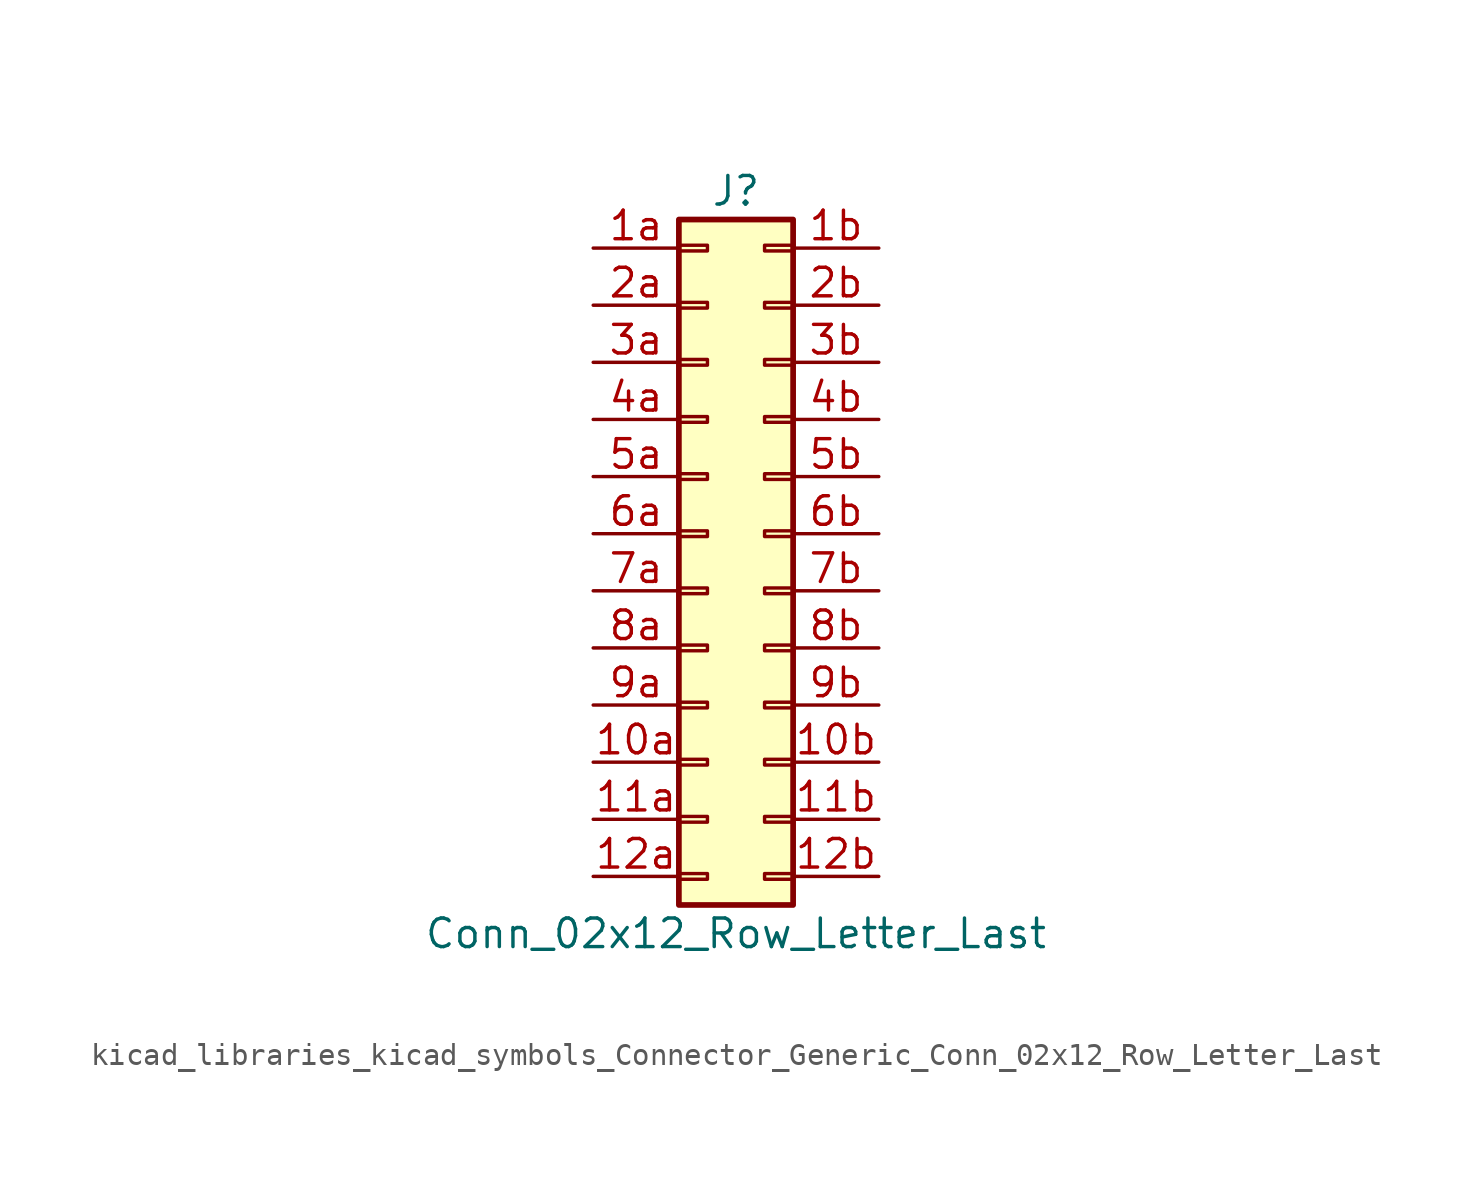
<source format=kicad_sym>
(kicad_symbol_lib
  (version 20220914)
  (generator kicad_symbol_editor)
  (symbol "kicad_libraries_kicad_symbols_Connector_Generic_Conn_02x12_Row_Letter_Last"
    (pin_names
      (offset 1.016) hide)
    (property "Reference" "J"
      (at 1.27 15.24 0)
      (effects (font (size 1.27 1.27))))
    (property "Value" "Conn_02x12_Row_Letter_Last"
      (at 1.27 -17.78 0)
      (effects (font (size 1.27 1.27))))
    (symbol "kicad_libraries_kicad_symbols_Connector_Generic_Conn_02x12_Row_Letter_Last_1_1"
      (rectangle (start -1.27 -15.113) (end 0 -15.367) (stroke (width 0.152) (type default)) (fill (type none)))
      (rectangle (start -1.27 -12.573) (end 0 -12.827) (stroke (width 0.152) (type default)) (fill (type none)))
      (rectangle (start -1.27 -10.033) (end 0 -10.287) (stroke (width 0.152) (type default)) (fill (type none)))
      (rectangle (start -1.27 -7.493) (end 0 -7.747) (stroke (width 0.152) (type default)) (fill (type none)))
      (rectangle (start -1.27 -4.953) (end 0 -5.207) (stroke (width 0.152) (type default)) (fill (type none)))
      (rectangle (start -1.27 -2.413) (end 0 -2.667) (stroke (width 0.152) (type default)) (fill (type none)))
      (rectangle (start -1.27 0.127) (end 0 -0.127) (stroke (width 0.152) (type default)) (fill (type none)))
      (rectangle (start -1.27 2.667) (end 0 2.413) (stroke (width 0.152) (type default)) (fill (type none)))
      (rectangle (start -1.27 5.207) (end 0 4.953) (stroke (width 0.152) (type default)) (fill (type none)))
      (rectangle (start -1.27 7.747) (end 0 7.493) (stroke (width 0.152) (type default)) (fill (type none)))
      (rectangle (start -1.27 10.287) (end 0 10.033) (stroke (width 0.152) (type default)) (fill (type none)))
      (rectangle (start -1.27 12.827) (end 0 12.573) (stroke (width 0.152) (type default)) (fill (type none)))
      (rectangle (start -1.27 13.97) (end 3.81 -16.51) (stroke (width 0.254) (type default)) (fill (type background)))
      (rectangle (start 3.81 -15.113) (end 2.54 -15.367) (stroke (width 0.152) (type default)) (fill (type none)))
      (rectangle (start 3.81 -12.573) (end 2.54 -12.827) (stroke (width 0.152) (type default)) (fill (type none)))
      (rectangle (start 3.81 -10.033) (end 2.54 -10.287) (stroke (width 0.152) (type default)) (fill (type none)))
      (rectangle (start 3.81 -7.493) (end 2.54 -7.747) (stroke (width 0.152) (type default)) (fill (type none)))
      (rectangle (start 3.81 -4.953) (end 2.54 -5.207) (stroke (width 0.152) (type default)) (fill (type none)))
      (rectangle (start 3.81 -2.413) (end 2.54 -2.667) (stroke (width 0.152) (type default)) (fill (type none)))
      (rectangle (start 3.81 0.127) (end 2.54 -0.127) (stroke (width 0.152) (type default)) (fill (type none)))
      (rectangle (start 3.81 2.667) (end 2.54 2.413) (stroke (width 0.152) (type default)) (fill (type none)))
      (rectangle (start 3.81 5.207) (end 2.54 4.953) (stroke (width 0.152) (type default)) (fill (type none)))
      (rectangle (start 3.81 7.747) (end 2.54 7.493) (stroke (width 0.152) (type default)) (fill (type none)))
      (rectangle (start 3.81 10.287) (end 2.54 10.033) (stroke (width 0.152) (type default)) (fill (type none)))
      (rectangle (start 3.81 12.827) (end 2.54 12.573) (stroke (width 0.152) (type default)) (fill (type none)))
      (pin passive line (at -5.08 -10.16 0) (length 3.81) (name "Pin_10a" (effects (font (size 1.27 1.27)))) (number "10a" (effects (font (size 1.27 1.27)))))
      (pin passive line (at 7.62 -10.16 180) (length 3.81) (name "Pin_10b" (effects (font (size 1.27 1.27)))) (number "10b" (effects (font (size 1.27 1.27)))))
      (pin passive line (at -5.08 -12.7 0) (length 3.81) (name "Pin_11a" (effects (font (size 1.27 1.27)))) (number "11a" (effects (font (size 1.27 1.27)))))
      (pin passive line (at 7.62 -12.7 180) (length 3.81) (name "Pin_11b" (effects (font (size 1.27 1.27)))) (number "11b" (effects (font (size 1.27 1.27)))))
      (pin passive line (at -5.08 -15.24 0) (length 3.81) (name "Pin_12a" (effects (font (size 1.27 1.27)))) (number "12a" (effects (font (size 1.27 1.27)))))
      (pin passive line (at 7.62 -15.24 180) (length 3.81) (name "Pin_12b" (effects (font (size 1.27 1.27)))) (number "12b" (effects (font (size 1.27 1.27)))))
      (pin passive line (at -5.08 12.7 0) (length 3.81) (name "Pin_1a" (effects (font (size 1.27 1.27)))) (number "1a" (effects (font (size 1.27 1.27)))))
      (pin passive line (at 7.62 12.7 180) (length 3.81) (name "Pin_1b" (effects (font (size 1.27 1.27)))) (number "1b" (effects (font (size 1.27 1.27)))))
      (pin passive line (at -5.08 10.16 0) (length 3.81) (name "Pin_2a" (effects (font (size 1.27 1.27)))) (number "2a" (effects (font (size 1.27 1.27)))))
      (pin passive line (at 7.62 10.16 180) (length 3.81) (name "Pin_2b" (effects (font (size 1.27 1.27)))) (number "2b" (effects (font (size 1.27 1.27)))))
      (pin passive line (at -5.08 7.62 0) (length 3.81) (name "Pin_3a" (effects (font (size 1.27 1.27)))) (number "3a" (effects (font (size 1.27 1.27)))))
      (pin passive line (at 7.62 7.62 180) (length 3.81) (name "Pin_3b" (effects (font (size 1.27 1.27)))) (number "3b" (effects (font (size 1.27 1.27)))))
      (pin passive line (at -5.08 5.08 0) (length 3.81) (name "Pin_4a" (effects (font (size 1.27 1.27)))) (number "4a" (effects (font (size 1.27 1.27)))))
      (pin passive line (at 7.62 5.08 180) (length 3.81) (name "Pin_4b" (effects (font (size 1.27 1.27)))) (number "4b" (effects (font (size 1.27 1.27)))))
      (pin passive line (at -5.08 2.54 0) (length 3.81) (name "Pin_5a" (effects (font (size 1.27 1.27)))) (number "5a" (effects (font (size 1.27 1.27)))))
      (pin passive line (at 7.62 2.54 180) (length 3.81) (name "Pin_5b" (effects (font (size 1.27 1.27)))) (number "5b" (effects (font (size 1.27 1.27)))))
      (pin passive line (at -5.08 0 0) (length 3.81) (name "Pin_6a" (effects (font (size 1.27 1.27)))) (number "6a" (effects (font (size 1.27 1.27)))))
      (pin passive line (at 7.62 0 180) (length 3.81) (name "Pin_6b" (effects (font (size 1.27 1.27)))) (number "6b" (effects (font (size 1.27 1.27)))))
      (pin passive line (at -5.08 -2.54 0) (length 3.81) (name "Pin_7a" (effects (font (size 1.27 1.27)))) (number "7a" (effects (font (size 1.27 1.27)))))
      (pin passive line (at 7.62 -2.54 180) (length 3.81) (name "Pin_7b" (effects (font (size 1.27 1.27)))) (number "7b" (effects (font (size 1.27 1.27)))))
      (pin passive line (at -5.08 -5.08 0) (length 3.81) (name "Pin_8a" (effects (font (size 1.27 1.27)))) (number "8a" (effects (font (size 1.27 1.27)))))
      (pin passive line (at 7.62 -5.08 180) (length 3.81) (name "Pin_8b" (effects (font (size 1.27 1.27)))) (number "8b" (effects (font (size 1.27 1.27)))))
      (pin passive line (at -5.08 -7.62 0) (length 3.81) (name "Pin_9a" (effects (font (size 1.27 1.27)))) (number "9a" (effects (font (size 1.27 1.27)))))
      (pin passive line (at 7.62 -7.62 180) (length 3.81) (name "Pin_9b" (effects (font (size 1.27 1.27)))) (number "9b" (effects (font (size 1.27 1.27))))))))
</source>
